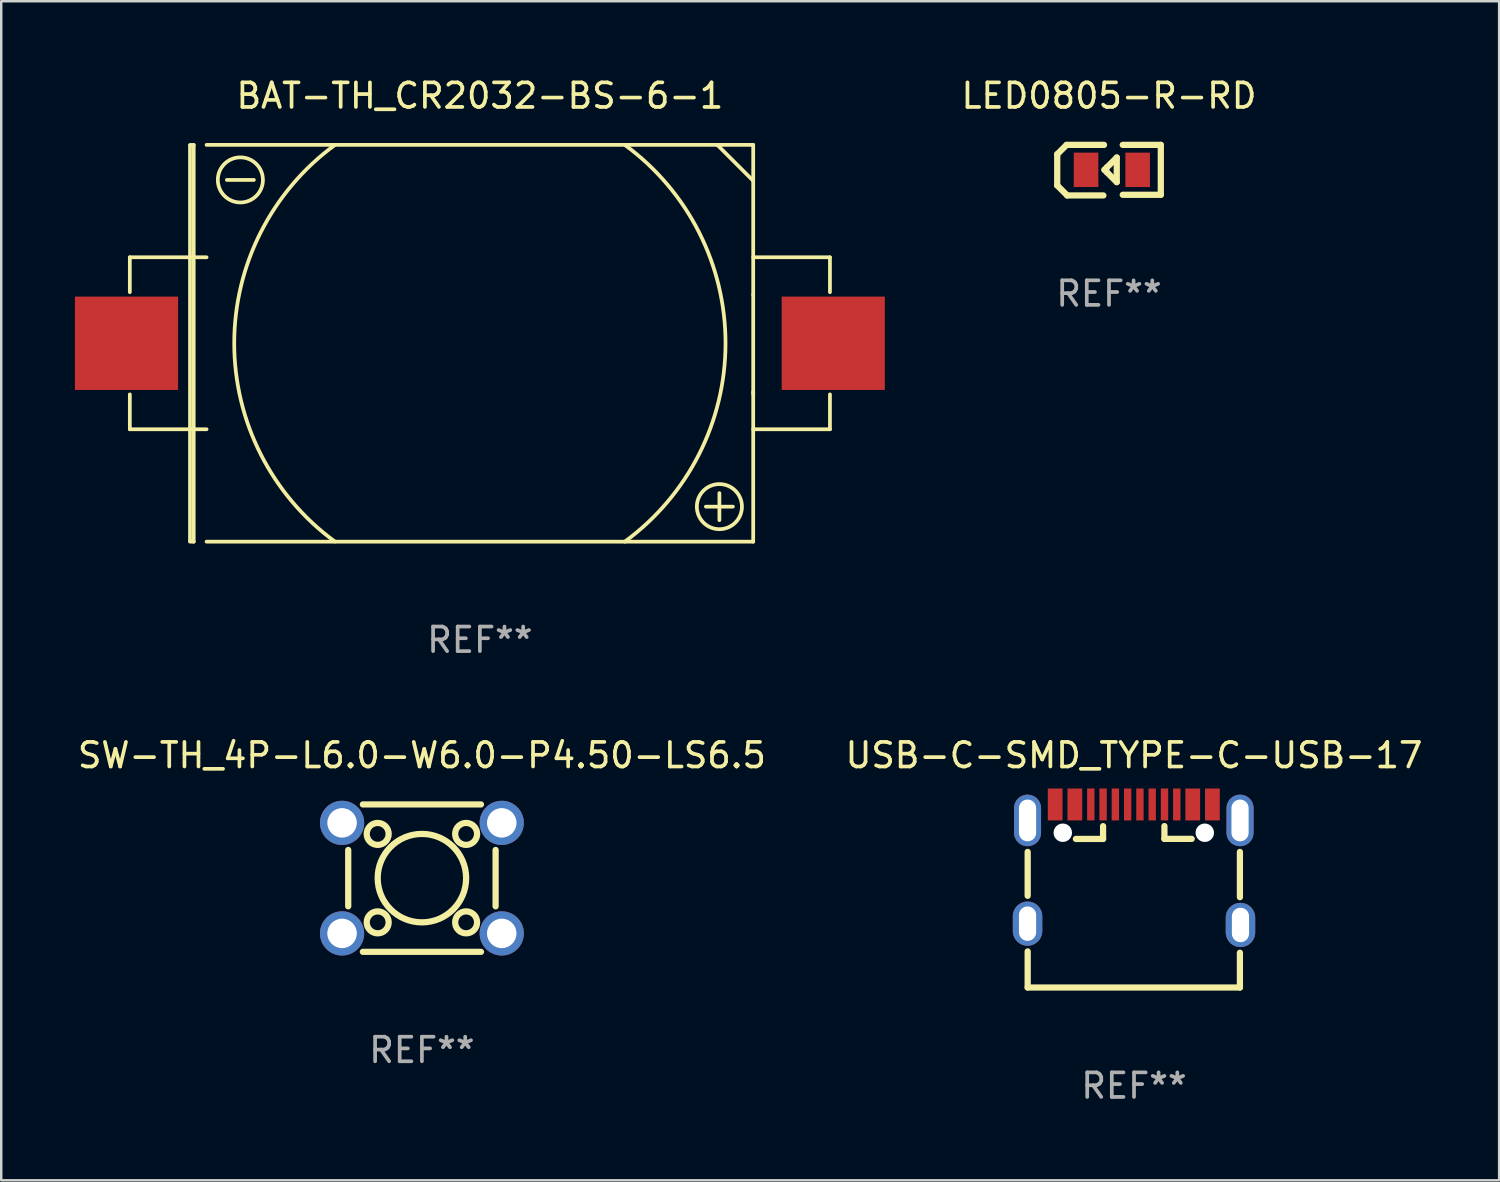
<source format=kicad_pcb>
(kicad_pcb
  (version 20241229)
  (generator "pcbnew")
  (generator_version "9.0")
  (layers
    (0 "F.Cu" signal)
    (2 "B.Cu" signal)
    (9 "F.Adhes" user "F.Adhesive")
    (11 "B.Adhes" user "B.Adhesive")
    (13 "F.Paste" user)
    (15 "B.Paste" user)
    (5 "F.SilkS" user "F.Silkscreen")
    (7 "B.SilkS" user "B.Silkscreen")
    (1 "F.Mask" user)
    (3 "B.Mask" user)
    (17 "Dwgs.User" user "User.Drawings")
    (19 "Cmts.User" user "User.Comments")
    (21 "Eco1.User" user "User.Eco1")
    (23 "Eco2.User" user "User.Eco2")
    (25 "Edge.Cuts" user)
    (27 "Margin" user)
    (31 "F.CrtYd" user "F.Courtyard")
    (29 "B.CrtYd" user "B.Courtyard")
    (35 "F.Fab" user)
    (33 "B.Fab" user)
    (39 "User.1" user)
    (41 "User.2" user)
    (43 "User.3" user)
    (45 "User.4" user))
  (footprint "LED0805-R-RD"
    (layer "F.Cu")
    (at 42.211 3.863)
    (property "Reference" "LED0805-R-RD" (at -0.116 -3.015 0) (layer "F.SilkS") (effects (font (size 1 1) (thickness 0.15))))
    (attr smd)
    (fp_line (start -2.224 -0.634) (end -1.843 -1.015) (stroke (width 0.254) (type solid)) (layer "F.SilkS"))
    (fp_line (start -2.224 0.636) (end -2.224 -0.634) (stroke (width 0.254) (type solid)) (layer "F.SilkS"))
    (fp_line (start -1.843 -1.015) (end -0.319 -1.015) (stroke (width 0.254) (type solid)) (layer "F.SilkS"))
    (fp_line (start -1.817 1.043) (end -2.224 0.636) (stroke (width 0.254) (type solid)) (layer "F.SilkS"))
    (fp_line (start -0.344 1.043) (end -1.817 1.043) (stroke (width 0.254) (type solid)) (layer "F.SilkS"))
    (fp_line (start -0.3 0) (end -0.2 0.1) (stroke (width 0.254) (type solid)) (layer "F.SilkS"))
    (fp_line (start -0.2 -0.1) (end -0.3 0) (stroke (width 0.254) (type solid)) (layer "F.SilkS"))
    (fp_line (start -0.2 0.1) (end 0.2 0.5) (stroke (width 0.254) (type solid)) (layer "F.SilkS"))
    (fp_line (start 0.2 -0.5) (end -0.2 -0.1) (stroke (width 0.254) (type solid)) (layer "F.SilkS"))
    (fp_line (start 0.2 -0.5) (end 0.2 0.5) (stroke (width 0.254) (type solid)) (layer "F.SilkS"))
    (fp_line (start 0.443 1.017) (end 1.993 1.017) (stroke (width 0.254) (type solid)) (layer "F.SilkS"))
    (fp_line (start 1.993 -1.015) (end 0.443 -1.015) (stroke (width 0.254) (type solid)) (layer "F.SilkS"))
    (fp_line (start 1.993 1.017) (end 1.993 -1.015) (stroke (width 0.254) (type solid)) (layer "F.SilkS"))
    (fp_text user "REF**" (at -0.116 5.043 0) (layer "F.Fab") (effects (font (size 1 1) (thickness 0.15))))
    (pad "1" smd rect (at -1.05 0 180) (size 1 1.4) (layers "F.Cu" "F.Mask" "F.Paste"))
    (pad "2" smd rect (at 1.05 0 180) (size 1 1.4) (layers "F.Cu" "F.Mask" "F.Paste")))
  (footprint "USB-C-SMD_TYPE-C-USB-17"
    (layer "F.Cu")
    (at 43.113 32.15)
    (property "Reference" "USB-C-SMD_TYPE-C-USB-17" (at -0.000013 -4.453 0) (layer "F.SilkS") (effects (font (size 1 1) (thickness 0.15))))
    (attr through_hole)
    (fp_line (start -4.329 1.267) (end -4.329 -0.52) (stroke (width 0.254) (type solid)) (layer "F.SilkS"))
    (fp_line (start -4.329 4.999) (end -4.329 3.53) (stroke (width 0.254) (type solid)) (layer "F.SilkS"))
    (fp_line (start -2.366 -1.049) (end -1.259 -1.049) (stroke (width 0.254) (type solid)) (layer "F.SilkS"))
    (fp_line (start -1.259 -1.049) (end -1.259 -1.57) (stroke (width 0.254) (type solid)) (layer "F.SilkS"))
    (fp_line (start 1.238 -1.051) (end 1.238 -1.572) (stroke (width 0.254) (type solid)) (layer "F.SilkS"))
    (fp_line (start 1.238 -1.051) (end 2.348 -1.051) (stroke (width 0.254) (type solid)) (layer "F.SilkS"))
    (fp_line (start 4.311 1.322) (end 4.311 -0.52) (stroke (width 0.254) (type solid)) (layer "F.SilkS"))
    (fp_line (start 4.311 4.999) (end -4.329 4.999) (stroke (width 0.254) (type solid)) (layer "F.SilkS"))
    (fp_line (start 4.311 4.999) (end 4.311 3.583) (stroke (width 0.254) (type solid)) (layer "F.SilkS"))
    (fp_text user "REF**" (at -0.000013 8.999 0) (layer "F.Fab") (effects (font (size 1 1) (thickness 0.15))))
    (pad "" np_thru_hole circle (at -2.899 -1.301) (size 0.75 0.75) (drill 0.75) (layers "*.Cu" "*.Mask"))
    (pad "" np_thru_hole circle (at 2.881 -1.301) (size 0.75 0.75) (drill 0.75) (layers "*.Cu" "*.Mask"))
    (pad "0" thru_hole oval (at -4.334 -1.802) (size 1.1 2.1) (drill oval 0.7 1.7) (layers "*.Cu" "*.Mask"))
    (pad "0" thru_hole oval (at -4.334 2.399) (size 1.2 1.8) (drill oval 0.7 1.4) (layers "*.Cu" "*.Mask"))
    (pad "0" thru_hole oval (at 4.316 -1.802) (size 1.1 2.1) (drill oval 0.7 1.7) (layers "*.Cu" "*.Mask"))
    (pad "0" thru_hole oval (at 4.334 2.453) (size 1.2 1.8) (drill oval 0.7 1.4) (layers "*.Cu" "*.Mask"))
    (pad "A1" smd rect (at -3.209 -2.452) (size 0.6 1.3) (layers "F.Cu" "F.Mask" "F.Paste"))
    (pad "A4" smd rect (at -2.409 -2.452) (size 0.6 1.3) (layers "F.Cu" "F.Mask" "F.Paste"))
    (pad "A5" smd rect (at -1.259 -2.452) (size 0.3 1.3) (layers "F.Cu" "F.Mask" "F.Paste"))
    (pad "A6" smd rect (at -0.259 -2.452) (size 0.3 1.3) (layers "F.Cu" "F.Mask" "F.Paste"))
    (pad "A7" smd rect (at 0.241 -2.452) (size 0.3 1.3) (layers "F.Cu" "F.Mask" "F.Paste"))
    (pad "A8" smd rect (at 1.241 -2.453) (size 0.3 1.3) (layers "F.Cu" "F.Mask" "F.Paste"))
    (pad "A9" smd rect (at 2.391 -2.452) (size 0.6 1.3) (layers "F.Cu" "F.Mask" "F.Paste"))
    (pad "A12" smd rect (at 3.191 -2.452) (size 0.6 1.3) (layers "F.Cu" "F.Mask" "F.Paste"))
    (pad "B5" smd rect (at 1.741 -2.452) (size 0.3 1.3) (layers "F.Cu" "F.Mask" "F.Paste"))
    (pad "B6" smd rect (at 0.741 -2.452) (size 0.3 1.3) (layers "F.Cu" "F.Mask" "F.Paste"))
    (pad "B7" smd rect (at -0.759 -2.452) (size 0.3 1.3) (layers "F.Cu" "F.Mask" "F.Paste"))
    (pad "B8" smd rect (at -1.759 -2.453) (size 0.3 1.3) (layers "F.Cu" "F.Mask" "F.Paste")))
  (footprint "BAT-TH_CR2032-BS-6-1"
    (layer "F.Cu")
    (at 16.485 10.924)
    (property "Reference" "BAT-TH_CR2032-BS-6-1" (at 0 -10.076 0) (layer "F.SilkS") (effects (font (size 1 1) (thickness 0.15))))
    (attr smd)
    (fp_line (start -14.25 -3.5) (end -14.25 -2.08) (stroke (width 0.152) (type solid)) (layer "F.SilkS"))
    (fp_line (start -14.25 -3.5) (end -11.126 -3.5) (stroke (width 0.152) (type solid)) (layer "F.SilkS"))
    (fp_line (start -14.25 3.5) (end -14.25 2.08) (stroke (width 0.152) (type solid)) (layer "F.SilkS"))
    (fp_line (start -14.25 3.5) (end -11.126 3.5) (stroke (width 0.152) (type solid)) (layer "F.SilkS"))
    (fp_line (start -11.8 -8.074) (end -11.65 -8.074) (stroke (width 0.152) (type solid)) (layer "F.SilkS"))
    (fp_line (start -11.8 -8.05) (end -11.8 8.052) (stroke (width 0.152) (type solid)) (layer "F.SilkS"))
    (fp_line (start -11.65 -8.074) (end -11.65 8.076) (stroke (width 0.152) (type solid)) (layer "F.SilkS"))
    (fp_line (start -11.65 8.076) (end -11.8 8.076) (stroke (width 0.152) (type solid)) (layer "F.SilkS"))
    (fp_line (start -11.126 -8.076) (end 11.126 -8.076) (stroke (width 0.152) (type solid)) (layer "F.SilkS"))
    (fp_line (start -11.126 8.076) (end 11.126 8.076) (stroke (width 0.152) (type solid)) (layer "F.SilkS"))
    (fp_line (start -9.2 -6.65) (end -10.3 -6.65) (stroke (width 0.152) (type solid)) (layer "F.SilkS"))
    (fp_line (start 9.2 6.65) (end 10.3 6.65) (stroke (width 0.152) (type solid)) (layer "F.SilkS"))
    (fp_line (start 9.64 -8.076) (end 9.664 -8.076) (stroke (width 0.152) (type solid)) (layer "F.SilkS"))
    (fp_line (start 9.664 -8.076) (end 11.126 -6.615) (stroke (width 0.152) (type solid)) (layer "F.SilkS"))
    (fp_line (start 9.75 7.2) (end 9.75 6.1) (stroke (width 0.152) (type solid)) (layer "F.SilkS"))
    (fp_line (start 11.126 -8.076) (end 11.126 -1.983) (stroke (width 0.152) (type solid)) (layer "F.SilkS"))
    (fp_line (start 11.126 -1.983) (end 11.126 2.057) (stroke (width 0.152) (type solid)) (layer "F.SilkS"))
    (fp_line (start 11.126 8.076) (end 11.126 1.983) (stroke (width 0.152) (type solid)) (layer "F.SilkS"))
    (fp_line (start 14.25 -3.5) (end 11.126 -3.5) (stroke (width 0.152) (type solid)) (layer "F.SilkS"))
    (fp_line (start 14.25 -3.5) (end 14.25 -2.08) (stroke (width 0.152) (type solid)) (layer "F.SilkS"))
    (fp_line (start 14.25 3.5) (end 11.126 3.5) (stroke (width 0.152) (type solid)) (layer "F.SilkS"))
    (fp_line (start 14.25 3.5) (end 14.25 2.08) (stroke (width 0.152) (type solid)) (layer "F.SilkS"))
    (fp_arc (start -5.905105 8.070307) (mid -10.000005 -0.005361) (end -5.896444 -8.076631) (stroke (width 0.152) (type solid)) (layer "F.SilkS"))
    (fp_arc (start 5.90508 -8.070307) (mid 9.999967 0.005368) (end 5.896393 8.076632) (stroke (width 0.152) (type solid)) (layer "F.SilkS"))
    (fp_circle (center -9.75 -6.65) (end -8.832 -6.65) (stroke (width 0.152) (type solid)) (fill no) (layer "F.SilkS"))
    (fp_circle (center 9.75 6.65) (end 10.668 6.65) (stroke (width 0.152) (type solid)) (fill no) (layer "F.SilkS"))
    (fp_text user "REF**" (at 0 12.076 0) (layer "F.Fab") (effects (font (size 1 1) (thickness 0.15))))
    (pad "1" smd rect (at 14.385 0) (size 4.2 3.8) (layers "F.Cu" "F.Mask" "F.Paste"))
    (pad "2" smd rect (at -14.385 0) (size 4.2 3.8) (layers "F.Cu" "F.Mask" "F.Paste")))
  (footprint "SW-TH_4P-L6.0-W6.0-P4.50-LS6.5"
    (layer "F.Cu")
    (at 14.125 32.697)
    (property "Reference" "SW-TH_4P-L6.0-W6.0-P4.50-LS6.5" (at 0 -5 0) (layer "F.SilkS") (effects (font (size 1 1) (thickness 0.15))))
    (attr through_hole)
    (fp_line (start -3 1.147) (end -3 -1.147) (stroke (width 0.254) (type solid)) (layer "F.SilkS"))
    (fp_line (start -2.404 -3) (end 2.404 -3) (stroke (width 0.254) (type solid)) (layer "F.SilkS"))
    (fp_line (start 2.404 3) (end -2.404 3) (stroke (width 0.254) (type solid)) (layer "F.SilkS"))
    (fp_line (start 3 -1.147) (end 3 1.147) (stroke (width 0.254) (type solid)) (layer "F.SilkS"))
    (fp_circle (center -1.8 -1.8) (end -1.353 -1.8) (stroke (width 0.254) (type solid)) (fill no) (layer "F.SilkS"))
    (fp_circle (center -1.8 1.8) (end -1.353 1.8) (stroke (width 0.254) (type solid)) (fill no) (layer "F.SilkS"))
    (fp_circle (center 0 0) (end 1.8 0) (stroke (width 0.254) (type solid)) (fill no) (layer "F.SilkS"))
    (fp_circle (center 1.8 -1.8) (end 2.247 -1.8) (stroke (width 0.254) (type solid)) (fill no) (layer "F.SilkS"))
    (fp_circle (center 1.8 1.8) (end 2.247 1.8) (stroke (width 0.254) (type solid)) (fill no) (layer "F.SilkS"))
    (fp_text user "REF**" (at 0 7 0) (layer "F.Fab") (effects (font (size 1 1) (thickness 0.15))))
    (pad "1" thru_hole circle (at -3.25 -2.25) (size 1.8 1.8) (drill 1.2) (layers "*.Cu" "*.Mask"))
    (pad "1" thru_hole circle (at 3.25 -2.25) (size 1.8 1.8) (drill 1.2) (layers "*.Cu" "*.Mask"))
    (pad "2" thru_hole circle (at -3.25 2.25) (size 1.8 1.8) (drill 1.2) (layers "*.Cu" "*.Mask"))
    (pad "2" thru_hole circle (at 3.25 2.25) (size 1.8 1.8) (drill 1.2) (layers "*.Cu" "*.Mask")))
  (gr_rect
    (start -3 -3)
    (end 57.976 44.997)
    (stroke (width 0.1) (type default))
    (fill no)
    (layer "Edge.Cuts")))
</source>
